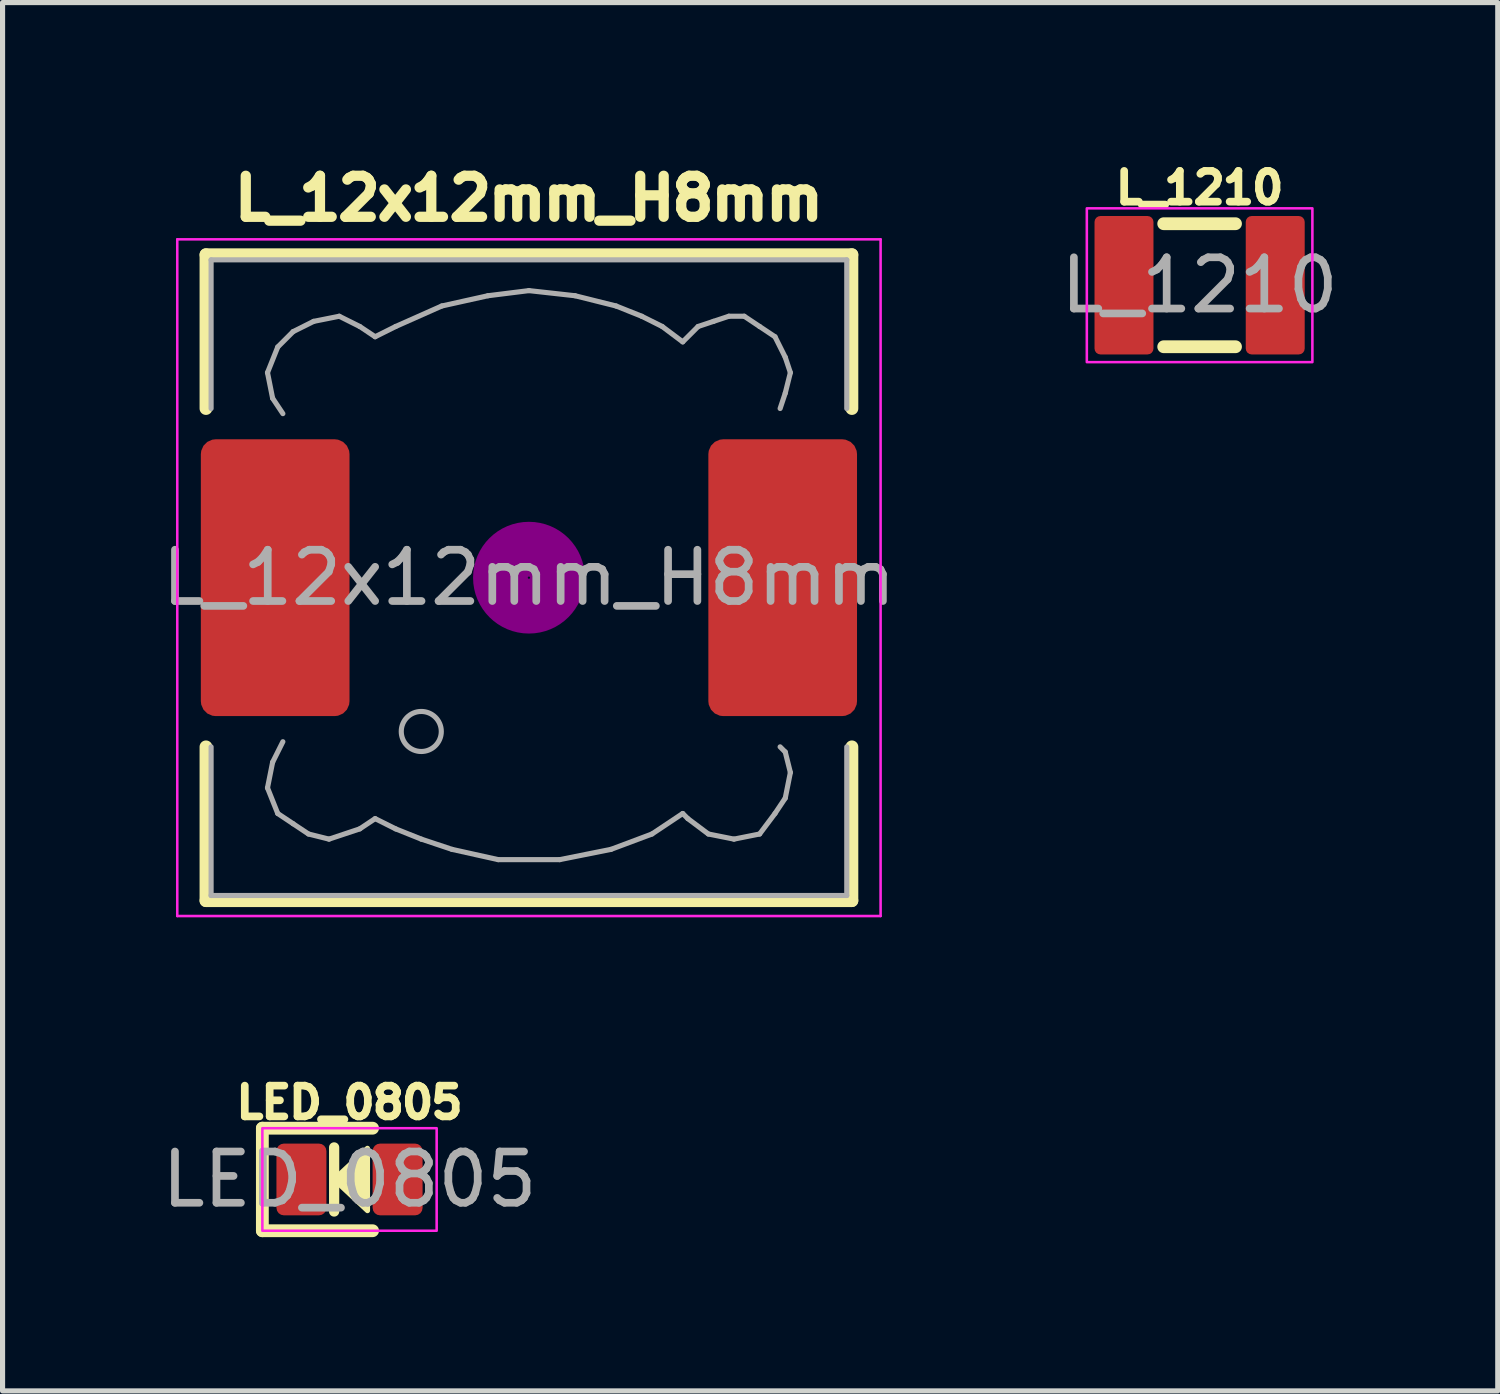
<source format=kicad_pcb>
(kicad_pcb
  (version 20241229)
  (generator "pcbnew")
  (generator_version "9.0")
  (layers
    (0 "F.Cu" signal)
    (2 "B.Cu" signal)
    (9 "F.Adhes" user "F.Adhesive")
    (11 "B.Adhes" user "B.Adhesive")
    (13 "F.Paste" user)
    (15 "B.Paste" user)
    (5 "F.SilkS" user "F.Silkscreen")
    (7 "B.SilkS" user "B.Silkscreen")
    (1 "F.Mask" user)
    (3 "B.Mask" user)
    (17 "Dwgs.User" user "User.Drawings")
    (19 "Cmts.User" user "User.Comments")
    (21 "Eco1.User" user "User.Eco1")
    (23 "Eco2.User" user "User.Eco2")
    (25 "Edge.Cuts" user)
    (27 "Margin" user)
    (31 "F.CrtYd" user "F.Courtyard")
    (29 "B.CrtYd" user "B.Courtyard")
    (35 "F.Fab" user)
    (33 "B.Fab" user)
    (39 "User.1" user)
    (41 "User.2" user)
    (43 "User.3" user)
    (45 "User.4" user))
  (footprint "L_1210"
    (layer "F.Cu")
    (at 20.351 2.514)
    (property "Reference" "L_1210" (at 0 -1.9 0) (unlocked yes) (layer "F.SilkS") (effects (font (size 0.6 0.6) (thickness 0.15) (bold yes))))
    (attr smd)
    (fp_line (start -0.7 -1.2) (end 0.7 -1.2) (stroke (width 0.25) (type default)) (layer "F.SilkS"))
    (fp_line (start -0.7 1.2) (end 0.7 1.2) (stroke (width 0.25) (type default)) (layer "F.SilkS"))
    (fp_rect (start -2.2 -1.5) (end 2.2 1.5) (stroke (width 0.05) (type default)) (fill no) (layer "F.CrtYd"))
    (fp_text user "${REFERENCE}" (at 0 0 0) (unlocked yes) (layer "F.Fab") (effects (font (size 1 1) (thickness 0.15))))
    (pad "1" smd roundrect (at -1.475 0) (size 1.15 2.7) (layers "F.Cu" "F.Mask" "F.Paste") (roundrect_rratio 0.1))
    (pad "2" smd roundrect (at 1.475 0) (size 1.15 2.7) (layers "F.Cu" "F.Mask" "F.Paste") (roundrect_rratio 0.1)))
  (footprint "L_12x12mm_H8mm"
    (layer "F.Cu")
    (at 7.268 8.219)
    (property "Reference" "L_12x12mm_H8mm" (at 0 -7.4 0) (layer "F.SilkS") (effects (font (size 0.8 0.8) (thickness 0.2) (bold yes))))
    (attr smd)
    (fp_line (start -6.3 -6.3) (end 6.3 -6.3) (stroke (width 0.25) (type solid)) (layer "F.SilkS"))
    (fp_line (start -6.3 -3.3) (end -6.3 -6.3) (stroke (width 0.25) (type solid)) (layer "F.SilkS"))
    (fp_line (start -6.3 6.3) (end -6.3 3.3) (stroke (width 0.25) (type solid)) (layer "F.SilkS"))
    (fp_line (start 6.3 -6.3) (end 6.3 -3.3) (stroke (width 0.25) (type solid)) (layer "F.SilkS"))
    (fp_line (start 6.3 3.3) (end 6.3 6.3) (stroke (width 0.25) (type solid)) (layer "F.SilkS"))
    (fp_line (start 6.3 6.3) (end -6.3 6.3) (stroke (width 0.25) (type solid)) (layer "F.SilkS"))
    (fp_circle (center 0 0) (end 0.15 0.15) (stroke (width 0.38) (type solid)) (fill no) (layer "F.Adhes"))
    (fp_circle (center 0 0) (end 0.55 0) (stroke (width 0.38) (type solid)) (fill no) (layer "F.Adhes"))
    (fp_circle (center 0 0) (end 0.9 0) (stroke (width 0.38) (type solid)) (fill no) (layer "F.Adhes"))
    (fp_line (start -6.86 -6.6) (end 6.86 -6.6) (stroke (width 0.05) (type solid)) (layer "F.CrtYd"))
    (fp_line (start -6.86 6.6) (end -6.86 -6.6) (stroke (width 0.05) (type solid)) (layer "F.CrtYd"))
    (fp_line (start 6.86 -6.6) (end 6.86 6.6) (stroke (width 0.05) (type solid)) (layer "F.CrtYd"))
    (fp_line (start 6.86 6.6) (end -6.86 6.6) (stroke (width 0.05) (type solid)) (layer "F.CrtYd"))
    (fp_line (start -6.2 -6.2) (end -6.2 -3.3) (stroke (width 0.1) (type solid)) (layer "F.Fab"))
    (fp_line (start -6.2 3.3) (end -6.2 6.2) (stroke (width 0.1) (type solid)) (layer "F.Fab"))
    (fp_line (start -6.2 6.2) (end 6.2 6.2) (stroke (width 0.1) (type solid)) (layer "F.Fab"))
    (fp_line (start -5.1 -4) (end -5 -3.5) (stroke (width 0.1) (type solid)) (layer "F.Fab"))
    (fp_line (start -5.1 4.1) (end -5 3.6) (stroke (width 0.1) (type solid)) (layer "F.Fab"))
    (fp_line (start -5 -3.5) (end -4.8 -3.2) (stroke (width 0.1) (type solid)) (layer "F.Fab"))
    (fp_line (start -5 3.6) (end -4.8 3.2) (stroke (width 0.1) (type solid)) (layer "F.Fab"))
    (fp_line (start -4.9 -4.5) (end -5.1 -4) (stroke (width 0.1) (type solid)) (layer "F.Fab"))
    (fp_line (start -4.9 4.6) (end -5.1 4.1) (stroke (width 0.1) (type solid)) (layer "F.Fab"))
    (fp_line (start -4.6 -4.8) (end -4.9 -4.5) (stroke (width 0.1) (type solid)) (layer "F.Fab"))
    (fp_line (start -4.6 4.8) (end -4.9 4.6) (stroke (width 0.1) (type solid)) (layer "F.Fab"))
    (fp_line (start -4.3 5) (end -4.6 4.8) (stroke (width 0.1) (type solid)) (layer "F.Fab"))
    (fp_line (start -4.2 -5) (end -4.6 -4.8) (stroke (width 0.1) (type solid)) (layer "F.Fab"))
    (fp_line (start -3.9 5.1) (end -4.3 5) (stroke (width 0.1) (type solid)) (layer "F.Fab"))
    (fp_line (start -3.7 -5.1) (end -4.2 -5) (stroke (width 0.1) (type solid)) (layer "F.Fab"))
    (fp_line (start -3.3 -4.9) (end -3.7 -5.1) (stroke (width 0.1) (type solid)) (layer "F.Fab"))
    (fp_line (start -3.3 4.9) (end -3.9 5.1) (stroke (width 0.1) (type solid)) (layer "F.Fab"))
    (fp_line (start -3 -4.7) (end -3.3 -4.9) (stroke (width 0.1) (type solid)) (layer "F.Fab"))
    (fp_line (start -3 4.7) (end -3.3 4.9) (stroke (width 0.1) (type solid)) (layer "F.Fab"))
    (fp_line (start -2.6 -4.9) (end -3 -4.7) (stroke (width 0.1) (type solid)) (layer "F.Fab"))
    (fp_line (start -2.6 4.9) (end -3 4.7) (stroke (width 0.1) (type solid)) (layer "F.Fab"))
    (fp_line (start -2.1 5.1) (end -2.6 4.9) (stroke (width 0.1) (type solid)) (layer "F.Fab"))
    (fp_line (start -1.7 -5.3) (end -2.6 -4.9) (stroke (width 0.1) (type solid)) (layer "F.Fab"))
    (fp_line (start -1.5 5.3) (end -2.1 5.1) (stroke (width 0.1) (type solid)) (layer "F.Fab"))
    (fp_line (start -0.8 -5.5) (end -1.7 -5.3) (stroke (width 0.1) (type solid)) (layer "F.Fab"))
    (fp_line (start -0.6 5.5) (end -1.5 5.3) (stroke (width 0.1) (type solid)) (layer "F.Fab"))
    (fp_line (start 0 -5.6) (end -0.8 -5.5) (stroke (width 0.1) (type solid)) (layer "F.Fab"))
    (fp_line (start 0.6 5.5) (end -0.6 5.5) (stroke (width 0.1) (type solid)) (layer "F.Fab"))
    (fp_line (start 0.9 -5.5) (end 0 -5.6) (stroke (width 0.1) (type solid)) (layer "F.Fab"))
    (fp_line (start 1.6 5.3) (end 0.6 5.5) (stroke (width 0.1) (type solid)) (layer "F.Fab"))
    (fp_line (start 1.7 -5.3) (end 0.9 -5.5) (stroke (width 0.1) (type solid)) (layer "F.Fab"))
    (fp_line (start 2.2 -5.1) (end 1.7 -5.3) (stroke (width 0.1) (type solid)) (layer "F.Fab"))
    (fp_line (start 2.4 5) (end 1.6 5.3) (stroke (width 0.1) (type solid)) (layer "F.Fab"))
    (fp_line (start 2.6 -4.9) (end 2.2 -5.1) (stroke (width 0.1) (type solid)) (layer "F.Fab"))
    (fp_line (start 3 -4.6) (end 2.6 -4.9) (stroke (width 0.1) (type solid)) (layer "F.Fab"))
    (fp_line (start 3 4.6) (end 2.4 5) (stroke (width 0.1) (type solid)) (layer "F.Fab"))
    (fp_line (start 3.1 4.7) (end 3 4.6) (stroke (width 0.1) (type solid)) (layer "F.Fab"))
    (fp_line (start 3.3 -4.9) (end 3 -4.6) (stroke (width 0.1) (type solid)) (layer "F.Fab"))
    (fp_line (start 3.5 5) (end 3.1 4.7) (stroke (width 0.1) (type solid)) (layer "F.Fab"))
    (fp_line (start 3.6 -5) (end 3.3 -4.9) (stroke (width 0.1) (type solid)) (layer "F.Fab"))
    (fp_line (start 3.9 -5.1) (end 3.6 -5) (stroke (width 0.1) (type solid)) (layer "F.Fab"))
    (fp_line (start 4 5.1) (end 3.5 5) (stroke (width 0.1) (type solid)) (layer "F.Fab"))
    (fp_line (start 4.2 -5.1) (end 3.9 -5.1) (stroke (width 0.1) (type solid)) (layer "F.Fab"))
    (fp_line (start 4.5 -4.9) (end 4.2 -5.1) (stroke (width 0.1) (type solid)) (layer "F.Fab"))
    (fp_line (start 4.5 5) (end 4 5.1) (stroke (width 0.1) (type solid)) (layer "F.Fab"))
    (fp_line (start 4.8 -4.7) (end 4.5 -4.9) (stroke (width 0.1) (type solid)) (layer "F.Fab"))
    (fp_line (start 4.8 4.6) (end 4.5 5) (stroke (width 0.1) (type solid)) (layer "F.Fab"))
    (fp_line (start 4.9 -3.3) (end 5 -3.6) (stroke (width 0.1) (type solid)) (layer "F.Fab"))
    (fp_line (start 4.9 3.3) (end 5 3.4) (stroke (width 0.1) (type solid)) (layer "F.Fab"))
    (fp_line (start 5 -4.3) (end 4.8 -4.7) (stroke (width 0.1) (type solid)) (layer "F.Fab"))
    (fp_line (start 5 -3.6) (end 5.1 -4) (stroke (width 0.1) (type solid)) (layer "F.Fab"))
    (fp_line (start 5 3.4) (end 5.1 3.8) (stroke (width 0.1) (type solid)) (layer "F.Fab"))
    (fp_line (start 5 4.3) (end 4.8 4.6) (stroke (width 0.1) (type solid)) (layer "F.Fab"))
    (fp_line (start 5.1 -4) (end 5 -4.3) (stroke (width 0.1) (type solid)) (layer "F.Fab"))
    (fp_line (start 5.1 3.8) (end 5 4.3) (stroke (width 0.1) (type solid)) (layer "F.Fab"))
    (fp_line (start 6.2 -6.2) (end -6.2 -6.2) (stroke (width 0.1) (type solid)) (layer "F.Fab"))
    (fp_line (start 6.2 -6.2) (end 6.2 -3.3) (stroke (width 0.1) (type solid)) (layer "F.Fab"))
    (fp_line (start 6.2 6.2) (end 6.2 3.3) (stroke (width 0.1) (type solid)) (layer "F.Fab"))
    (fp_circle (center -2.1 3) (end -1.8 3.25) (stroke (width 0.1) (type solid)) (fill no) (layer "F.Fab"))
    (fp_text user "${REFERENCE}" (at 0 0 0) (layer "F.Fab") (effects (font (size 1 1) (thickness 0.15))))
    (pad "1" smd roundrect (at -4.95 0) (size 2.9 5.4) (layers "F.Cu" "F.Mask" "F.Paste") (roundrect_rratio 0.1))
    (pad "2" smd roundrect (at 4.95 0) (size 2.9 5.4) (layers "F.Cu" "F.Mask" "F.Paste") (roundrect_rratio 0.1)))
  (footprint "LED_0805"
    (layer "F.Cu")
    (at 3.768 19.958)
    (property "Reference" "LED_0805" (at 0 -1.5 0) (unlocked yes) (layer "F.SilkS") (effects (font (size 0.6 0.6) (thickness 0.15))))
    (attr smd)
    (fp_line (start -1.7 -1) (end -1.7 1) (stroke (width 0.25) (type default)) (layer "F.SilkS"))
    (fp_line (start -1.7 1) (end 0.45 1) (stroke (width 0.25) (type default)) (layer "F.SilkS"))
    (fp_line (start -0.3 -0.625) (end -0.3 0.625) (stroke (width 0.2) (type default)) (layer "F.SilkS"))
    (fp_line (start 0.45 -1) (end -1.7 -1) (stroke (width 0.25) (type default)) (layer "F.SilkS"))
    (fp_poly (pts (xy -0.3 0) (xy 0.35 -0.607) (xy 0.351 0.608)) (stroke (width 0.1) (type solid)) (fill yes) (layer "F.SilkS"))
    (fp_rect (start -1.7 -1) (end 1.7 1) (stroke (width 0.05) (type default)) (fill no) (layer "F.CrtYd"))
    (fp_text user "${REFERENCE}" (at 0 0 0) (unlocked yes) (layer "F.Fab") (effects (font (size 1 1) (thickness 0.15))))
    (pad "1" smd roundrect (at -0.938 0) (size 0.975 1.4) (layers "F.Cu" "F.Mask" "F.Paste") (roundrect_rratio 0.15))
    (pad "2" smd roundrect (at 0.938 0) (size 0.975 1.4) (layers "F.Cu" "F.Mask" "F.Paste") (roundrect_rratio 0.15)))
  (gr_rect
    (start -3 -3)
    (end 26.167 24.083)
    (stroke (width 0.1) (type default))
    (fill no)
    (layer "Edge.Cuts")))
</source>
